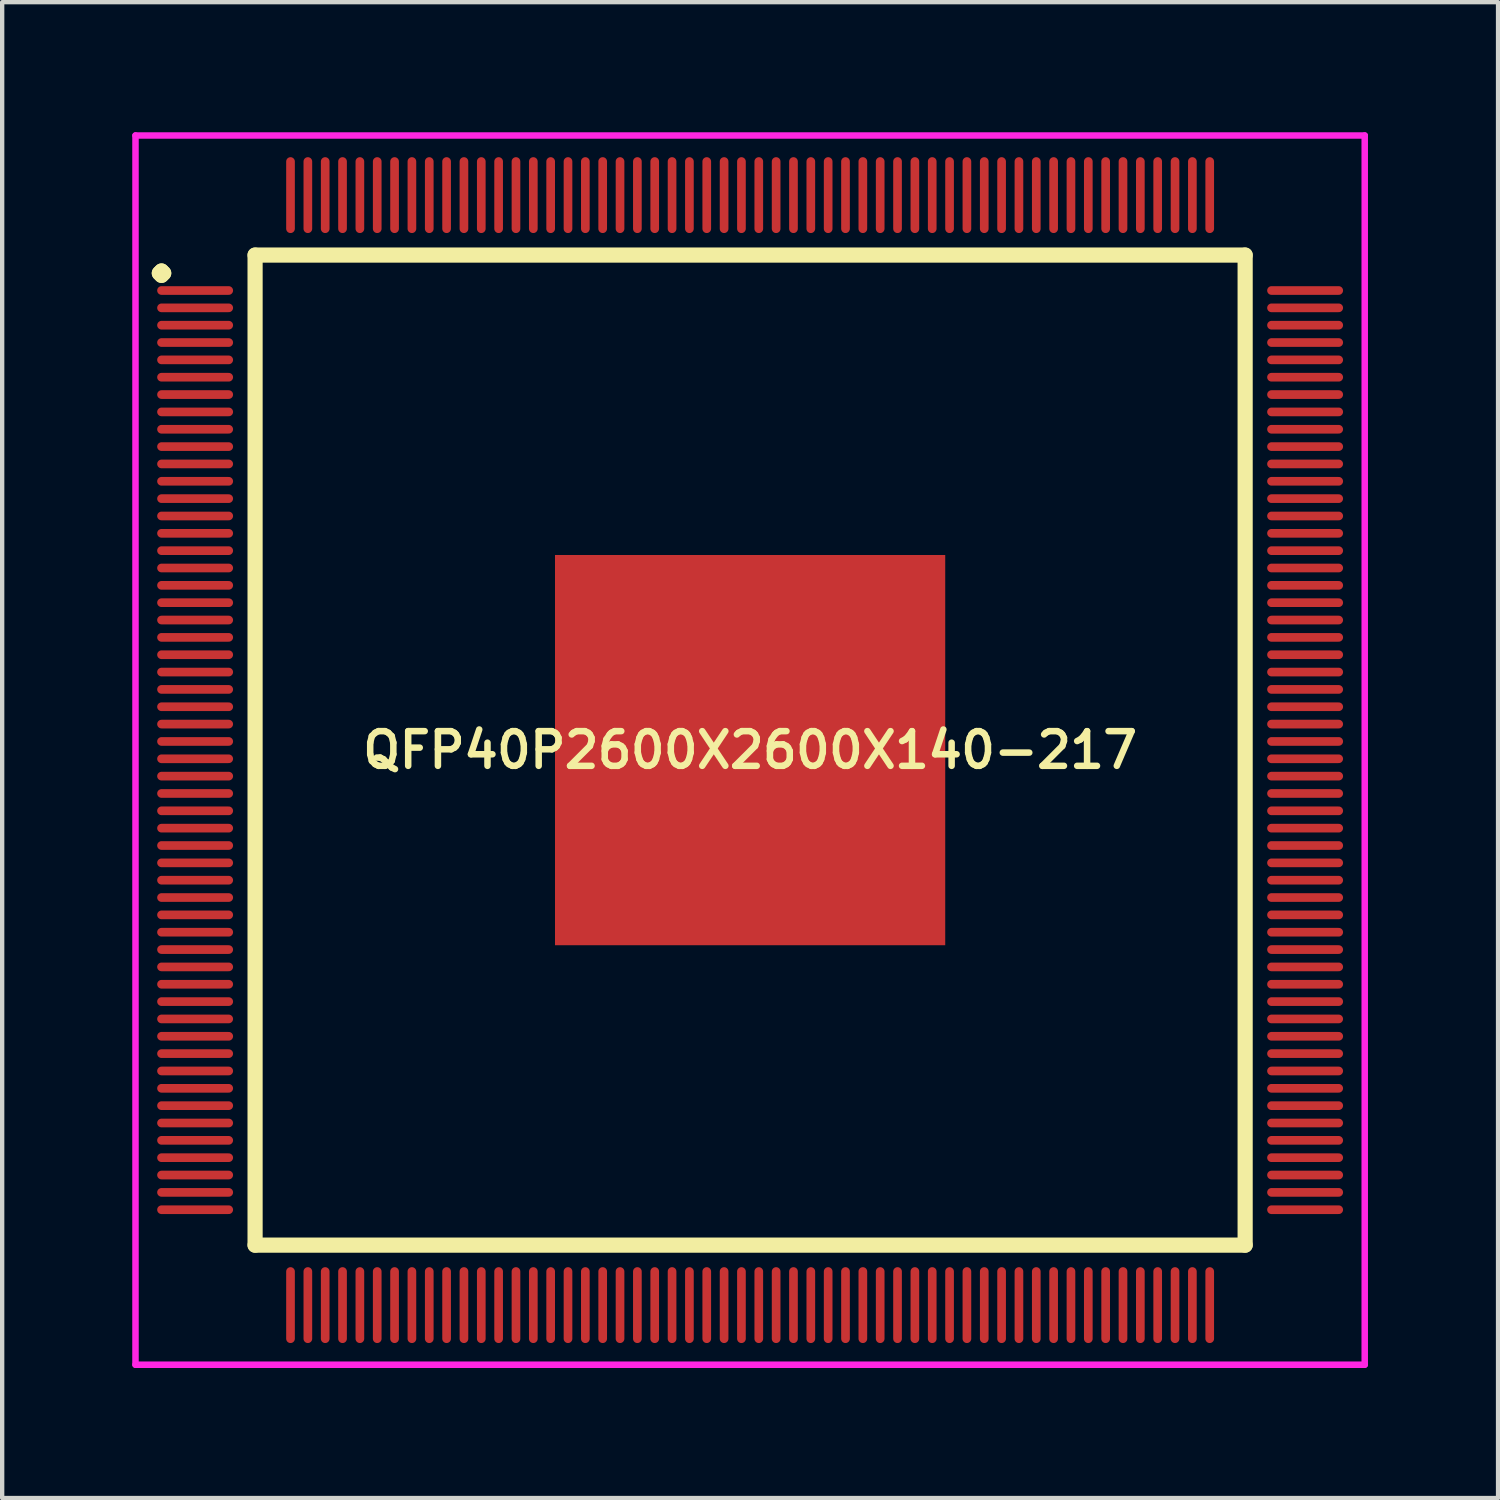
<source format=kicad_pcb>
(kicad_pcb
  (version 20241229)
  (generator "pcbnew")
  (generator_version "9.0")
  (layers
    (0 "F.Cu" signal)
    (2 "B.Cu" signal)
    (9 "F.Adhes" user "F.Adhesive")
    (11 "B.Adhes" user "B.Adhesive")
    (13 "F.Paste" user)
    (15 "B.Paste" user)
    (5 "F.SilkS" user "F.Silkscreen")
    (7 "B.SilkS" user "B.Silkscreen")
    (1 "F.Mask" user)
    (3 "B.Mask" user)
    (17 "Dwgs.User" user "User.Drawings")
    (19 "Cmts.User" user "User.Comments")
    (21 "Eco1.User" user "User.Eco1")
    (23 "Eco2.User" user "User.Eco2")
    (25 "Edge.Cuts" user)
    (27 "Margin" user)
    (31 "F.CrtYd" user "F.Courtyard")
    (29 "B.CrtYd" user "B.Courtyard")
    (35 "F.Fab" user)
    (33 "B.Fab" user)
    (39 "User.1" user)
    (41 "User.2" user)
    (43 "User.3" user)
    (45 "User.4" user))
  (footprint "QFP40P2600X2600X140-217"
    (layer "F.Cu")
    (at 14.25 14.25)
    (property "Reference" "QFP40P2600X2600X140-217" (at 0 0 0) (layer "F.SilkS") (effects (font (size 0.8 0.8) (thickness 0.15))))
    (attr through_hole)
    (fp_line (start -13.625 -11) (end -13.575 -11.05) (stroke (width 0.35) (type solid)) (layer "F.SilkS"))
    (fp_line (start -13.575 -11.05) (end -13.525 -11) (stroke (width 0.35) (type solid)) (layer "F.SilkS"))
    (fp_line (start -13.575 -10.95) (end -13.625 -11) (stroke (width 0.35) (type solid)) (layer "F.SilkS"))
    (fp_line (start -13.525 -11) (end -13.575 -10.95) (stroke (width 0.35) (type solid)) (layer "F.SilkS"))
    (fp_line (start -11.417 -11.417) (end -11.417 11.417) (stroke (width 0.35) (type solid)) (layer "F.SilkS"))
    (fp_line (start -11.417 11.417) (end 11.417 11.417) (stroke (width 0.35) (type solid)) (layer "F.SilkS"))
    (fp_line (start 11.417 -11.417) (end -11.417 -11.417) (stroke (width 0.35) (type solid)) (layer "F.SilkS"))
    (fp_line (start 11.417 11.417) (end 11.417 -11.417) (stroke (width 0.35) (type solid)) (layer "F.SilkS"))
    (fp_line (start -14.175 -14.175) (end 14.175 -14.175) (stroke (width 0.15) (type solid)) (layer "F.CrtYd"))
    (fp_line (start -14.175 14.175) (end -14.175 -14.175) (stroke (width 0.15) (type solid)) (layer "F.CrtYd"))
    (fp_line (start 14.175 -14.175) (end 14.175 14.175) (stroke (width 0.15) (type solid)) (layer "F.CrtYd"))
    (fp_line (start 14.175 14.175) (end -14.175 14.175) (stroke (width 0.15) (type solid)) (layer "F.CrtYd"))
    (pad "1" smd oval (at -12.8 -10.6) (size 1.75 0.2) (layers "F.Cu" "F.Mask" "F.Paste"))
    (pad "2" smd oval (at -12.8 -10.2) (size 1.75 0.2) (layers "F.Cu" "F.Mask" "F.Paste"))
    (pad "3" smd oval (at -12.8 -9.8) (size 1.75 0.2) (layers "F.Cu" "F.Mask" "F.Paste"))
    (pad "4" smd oval (at -12.8 -9.4) (size 1.75 0.2) (layers "F.Cu" "F.Mask" "F.Paste"))
    (pad "5" smd oval (at -12.8 -9) (size 1.75 0.2) (layers "F.Cu" "F.Mask" "F.Paste"))
    (pad "6" smd oval (at -12.8 -8.6) (size 1.75 0.2) (layers "F.Cu" "F.Mask" "F.Paste"))
    (pad "7" smd oval (at -12.8 -8.2) (size 1.75 0.2) (layers "F.Cu" "F.Mask" "F.Paste"))
    (pad "8" smd oval (at -12.8 -7.8) (size 1.75 0.2) (layers "F.Cu" "F.Mask" "F.Paste"))
    (pad "9" smd oval (at -12.8 -7.4) (size 1.75 0.2) (layers "F.Cu" "F.Mask" "F.Paste"))
    (pad "10" smd oval (at -12.8 -7) (size 1.75 0.2) (layers "F.Cu" "F.Mask" "F.Paste"))
    (pad "11" smd oval (at -12.8 -6.6) (size 1.75 0.2) (layers "F.Cu" "F.Mask" "F.Paste"))
    (pad "12" smd oval (at -12.8 -6.2) (size 1.75 0.2) (layers "F.Cu" "F.Mask" "F.Paste"))
    (pad "13" smd oval (at -12.8 -5.8) (size 1.75 0.2) (layers "F.Cu" "F.Mask" "F.Paste"))
    (pad "14" smd oval (at -12.8 -5.4) (size 1.75 0.2) (layers "F.Cu" "F.Mask" "F.Paste"))
    (pad "15" smd oval (at -12.8 -5) (size 1.75 0.2) (layers "F.Cu" "F.Mask" "F.Paste"))
    (pad "16" smd oval (at -12.8 -4.6) (size 1.75 0.2) (layers "F.Cu" "F.Mask" "F.Paste"))
    (pad "17" smd oval (at -12.8 -4.2) (size 1.75 0.2) (layers "F.Cu" "F.Mask" "F.Paste"))
    (pad "18" smd oval (at -12.8 -3.8) (size 1.75 0.2) (layers "F.Cu" "F.Mask" "F.Paste"))
    (pad "19" smd oval (at -12.8 -3.4) (size 1.75 0.2) (layers "F.Cu" "F.Mask" "F.Paste"))
    (pad "20" smd oval (at -12.8 -3) (size 1.75 0.2) (layers "F.Cu" "F.Mask" "F.Paste"))
    (pad "21" smd oval (at -12.8 -2.6) (size 1.75 0.2) (layers "F.Cu" "F.Mask" "F.Paste"))
    (pad "22" smd oval (at -12.8 -2.2) (size 1.75 0.2) (layers "F.Cu" "F.Mask" "F.Paste"))
    (pad "23" smd oval (at -12.8 -1.8) (size 1.75 0.2) (layers "F.Cu" "F.Mask" "F.Paste"))
    (pad "24" smd oval (at -12.8 -1.4) (size 1.75 0.2) (layers "F.Cu" "F.Mask" "F.Paste"))
    (pad "25" smd oval (at -12.8 -1) (size 1.75 0.2) (layers "F.Cu" "F.Mask" "F.Paste"))
    (pad "26" smd oval (at -12.8 -0.6) (size 1.75 0.2) (layers "F.Cu" "F.Mask" "F.Paste"))
    (pad "27" smd oval (at -12.8 -0.2) (size 1.75 0.2) (layers "F.Cu" "F.Mask" "F.Paste"))
    (pad "28" smd oval (at -12.8 0.2) (size 1.75 0.2) (layers "F.Cu" "F.Mask" "F.Paste"))
    (pad "29" smd oval (at -12.8 0.6) (size 1.75 0.2) (layers "F.Cu" "F.Mask" "F.Paste"))
    (pad "30" smd oval (at -12.8 1) (size 1.75 0.2) (layers "F.Cu" "F.Mask" "F.Paste"))
    (pad "31" smd oval (at -12.8 1.4) (size 1.75 0.2) (layers "F.Cu" "F.Mask" "F.Paste"))
    (pad "32" smd oval (at -12.8 1.8) (size 1.75 0.2) (layers "F.Cu" "F.Mask" "F.Paste"))
    (pad "33" smd oval (at -12.8 2.2) (size 1.75 0.2) (layers "F.Cu" "F.Mask" "F.Paste"))
    (pad "34" smd oval (at -12.8 2.6) (size 1.75 0.2) (layers "F.Cu" "F.Mask" "F.Paste"))
    (pad "35" smd oval (at -12.8 3) (size 1.75 0.2) (layers "F.Cu" "F.Mask" "F.Paste"))
    (pad "36" smd oval (at -12.8 3.4) (size 1.75 0.2) (layers "F.Cu" "F.Mask" "F.Paste"))
    (pad "37" smd oval (at -12.8 3.8) (size 1.75 0.2) (layers "F.Cu" "F.Mask" "F.Paste"))
    (pad "38" smd oval (at -12.8 4.2) (size 1.75 0.2) (layers "F.Cu" "F.Mask" "F.Paste"))
    (pad "39" smd oval (at -12.8 4.6) (size 1.75 0.2) (layers "F.Cu" "F.Mask" "F.Paste"))
    (pad "40" smd oval (at -12.8 5) (size 1.75 0.2) (layers "F.Cu" "F.Mask" "F.Paste"))
    (pad "41" smd oval (at -12.8 5.4) (size 1.75 0.2) (layers "F.Cu" "F.Mask" "F.Paste"))
    (pad "42" smd oval (at -12.8 5.8) (size 1.75 0.2) (layers "F.Cu" "F.Mask" "F.Paste"))
    (pad "43" smd oval (at -12.8 6.2) (size 1.75 0.2) (layers "F.Cu" "F.Mask" "F.Paste"))
    (pad "44" smd oval (at -12.8 6.6) (size 1.75 0.2) (layers "F.Cu" "F.Mask" "F.Paste"))
    (pad "45" smd oval (at -12.8 7) (size 1.75 0.2) (layers "F.Cu" "F.Mask" "F.Paste"))
    (pad "46" smd oval (at -12.8 7.4) (size 1.75 0.2) (layers "F.Cu" "F.Mask" "F.Paste"))
    (pad "47" smd oval (at -12.8 7.8) (size 1.75 0.2) (layers "F.Cu" "F.Mask" "F.Paste"))
    (pad "48" smd oval (at -12.8 8.2) (size 1.75 0.2) (layers "F.Cu" "F.Mask" "F.Paste"))
    (pad "49" smd oval (at -12.8 8.6) (size 1.75 0.2) (layers "F.Cu" "F.Mask" "F.Paste"))
    (pad "50" smd oval (at -12.8 9) (size 1.75 0.2) (layers "F.Cu" "F.Mask" "F.Paste"))
    (pad "51" smd oval (at -12.8 9.4) (size 1.75 0.2) (layers "F.Cu" "F.Mask" "F.Paste"))
    (pad "52" smd oval (at -12.8 9.8) (size 1.75 0.2) (layers "F.Cu" "F.Mask" "F.Paste"))
    (pad "53" smd oval (at -12.8 10.2) (size 1.75 0.2) (layers "F.Cu" "F.Mask" "F.Paste"))
    (pad "54" smd oval (at -12.8 10.6) (size 1.75 0.2) (layers "F.Cu" "F.Mask" "F.Paste"))
    (pad "55" smd oval (at -10.6 12.8) (size 0.2 1.75) (layers "F.Cu" "F.Mask" "F.Paste"))
    (pad "56" smd oval (at -10.2 12.8) (size 0.2 1.75) (layers "F.Cu" "F.Mask" "F.Paste"))
    (pad "57" smd oval (at -9.8 12.8) (size 0.2 1.75) (layers "F.Cu" "F.Mask" "F.Paste"))
    (pad "58" smd oval (at -9.4 12.8) (size 0.2 1.75) (layers "F.Cu" "F.Mask" "F.Paste"))
    (pad "59" smd oval (at -9 12.8) (size 0.2 1.75) (layers "F.Cu" "F.Mask" "F.Paste"))
    (pad "60" smd oval (at -8.6 12.8) (size 0.2 1.75) (layers "F.Cu" "F.Mask" "F.Paste"))
    (pad "61" smd oval (at -8.2 12.8) (size 0.2 1.75) (layers "F.Cu" "F.Mask" "F.Paste"))
    (pad "62" smd oval (at -7.8 12.8) (size 0.2 1.75) (layers "F.Cu" "F.Mask" "F.Paste"))
    (pad "63" smd oval (at -7.4 12.8) (size 0.2 1.75) (layers "F.Cu" "F.Mask" "F.Paste"))
    (pad "64" smd oval (at -7 12.8) (size 0.2 1.75) (layers "F.Cu" "F.Mask" "F.Paste"))
    (pad "65" smd oval (at -6.6 12.8) (size 0.2 1.75) (layers "F.Cu" "F.Mask" "F.Paste"))
    (pad "66" smd oval (at -6.2 12.8) (size 0.2 1.75) (layers "F.Cu" "F.Mask" "F.Paste"))
    (pad "67" smd oval (at -5.8 12.8) (size 0.2 1.75) (layers "F.Cu" "F.Mask" "F.Paste"))
    (pad "68" smd oval (at -5.4 12.8) (size 0.2 1.75) (layers "F.Cu" "F.Mask" "F.Paste"))
    (pad "69" smd oval (at -5 12.8) (size 0.2 1.75) (layers "F.Cu" "F.Mask" "F.Paste"))
    (pad "70" smd oval (at -4.6 12.8) (size 0.2 1.75) (layers "F.Cu" "F.Mask" "F.Paste"))
    (pad "71" smd oval (at -4.2 12.8) (size 0.2 1.75) (layers "F.Cu" "F.Mask" "F.Paste"))
    (pad "72" smd oval (at -3.8 12.8) (size 0.2 1.75) (layers "F.Cu" "F.Mask" "F.Paste"))
    (pad "73" smd oval (at -3.4 12.8) (size 0.2 1.75) (layers "F.Cu" "F.Mask" "F.Paste"))
    (pad "74" smd oval (at -3 12.8) (size 0.2 1.75) (layers "F.Cu" "F.Mask" "F.Paste"))
    (pad "75" smd oval (at -2.6 12.8) (size 0.2 1.75) (layers "F.Cu" "F.Mask" "F.Paste"))
    (pad "76" smd oval (at -2.2 12.8) (size 0.2 1.75) (layers "F.Cu" "F.Mask" "F.Paste"))
    (pad "77" smd oval (at -1.8 12.8) (size 0.2 1.75) (layers "F.Cu" "F.Mask" "F.Paste"))
    (pad "78" smd oval (at -1.4 12.8) (size 0.2 1.75) (layers "F.Cu" "F.Mask" "F.Paste"))
    (pad "79" smd oval (at -1 12.8) (size 0.2 1.75) (layers "F.Cu" "F.Mask" "F.Paste"))
    (pad "80" smd oval (at -0.6 12.8) (size 0.2 1.75) (layers "F.Cu" "F.Mask" "F.Paste"))
    (pad "81" smd oval (at -0.2 12.8) (size 0.2 1.75) (layers "F.Cu" "F.Mask" "F.Paste"))
    (pad "82" smd oval (at 0.2 12.8) (size 0.2 1.75) (layers "F.Cu" "F.Mask" "F.Paste"))
    (pad "83" smd oval (at 0.6 12.8) (size 0.2 1.75) (layers "F.Cu" "F.Mask" "F.Paste"))
    (pad "84" smd oval (at 1 12.8) (size 0.2 1.75) (layers "F.Cu" "F.Mask" "F.Paste"))
    (pad "85" smd oval (at 1.4 12.8) (size 0.2 1.75) (layers "F.Cu" "F.Mask" "F.Paste"))
    (pad "86" smd oval (at 1.8 12.8) (size 0.2 1.75) (layers "F.Cu" "F.Mask" "F.Paste"))
    (pad "87" smd oval (at 2.2 12.8) (size 0.2 1.75) (layers "F.Cu" "F.Mask" "F.Paste"))
    (pad "88" smd oval (at 2.6 12.8) (size 0.2 1.75) (layers "F.Cu" "F.Mask" "F.Paste"))
    (pad "89" smd oval (at 3 12.8) (size 0.2 1.75) (layers "F.Cu" "F.Mask" "F.Paste"))
    (pad "90" smd oval (at 3.4 12.8) (size 0.2 1.75) (layers "F.Cu" "F.Mask" "F.Paste"))
    (pad "91" smd oval (at 3.8 12.8) (size 0.2 1.75) (layers "F.Cu" "F.Mask" "F.Paste"))
    (pad "92" smd oval (at 4.2 12.8) (size 0.2 1.75) (layers "F.Cu" "F.Mask" "F.Paste"))
    (pad "93" smd oval (at 4.6 12.8) (size 0.2 1.75) (layers "F.Cu" "F.Mask" "F.Paste"))
    (pad "94" smd oval (at 5 12.8) (size 0.2 1.75) (layers "F.Cu" "F.Mask" "F.Paste"))
    (pad "95" smd oval (at 5.4 12.8) (size 0.2 1.75) (layers "F.Cu" "F.Mask" "F.Paste"))
    (pad "96" smd oval (at 5.8 12.8) (size 0.2 1.75) (layers "F.Cu" "F.Mask" "F.Paste"))
    (pad "97" smd oval (at 6.2 12.8) (size 0.2 1.75) (layers "F.Cu" "F.Mask" "F.Paste"))
    (pad "98" smd oval (at 6.6 12.8) (size 0.2 1.75) (layers "F.Cu" "F.Mask" "F.Paste"))
    (pad "99" smd oval (at 7 12.8) (size 0.2 1.75) (layers "F.Cu" "F.Mask" "F.Paste"))
    (pad "100" smd oval (at 7.4 12.8) (size 0.2 1.75) (layers "F.Cu" "F.Mask" "F.Paste"))
    (pad "101" smd oval (at 7.8 12.8) (size 0.2 1.75) (layers "F.Cu" "F.Mask" "F.Paste"))
    (pad "102" smd oval (at 8.2 12.8) (size 0.2 1.75) (layers "F.Cu" "F.Mask" "F.Paste"))
    (pad "103" smd oval (at 8.6 12.8) (size 0.2 1.75) (layers "F.Cu" "F.Mask" "F.Paste"))
    (pad "104" smd oval (at 9 12.8) (size 0.2 1.75) (layers "F.Cu" "F.Mask" "F.Paste"))
    (pad "105" smd oval (at 9.4 12.8) (size 0.2 1.75) (layers "F.Cu" "F.Mask" "F.Paste"))
    (pad "106" smd oval (at 9.8 12.8) (size 0.2 1.75) (layers "F.Cu" "F.Mask" "F.Paste"))
    (pad "107" smd oval (at 10.2 12.8) (size 0.2 1.75) (layers "F.Cu" "F.Mask" "F.Paste"))
    (pad "108" smd oval (at 10.6 12.8) (size 0.2 1.75) (layers "F.Cu" "F.Mask" "F.Paste"))
    (pad "109" smd oval (at 12.8 10.6) (size 1.75 0.2) (layers "F.Cu" "F.Mask" "F.Paste"))
    (pad "110" smd oval (at 12.8 10.2) (size 1.75 0.2) (layers "F.Cu" "F.Mask" "F.Paste"))
    (pad "111" smd oval (at 12.8 9.8) (size 1.75 0.2) (layers "F.Cu" "F.Mask" "F.Paste"))
    (pad "112" smd oval (at 12.8 9.4) (size 1.75 0.2) (layers "F.Cu" "F.Mask" "F.Paste"))
    (pad "113" smd oval (at 12.8 9) (size 1.75 0.2) (layers "F.Cu" "F.Mask" "F.Paste"))
    (pad "114" smd oval (at 12.8 8.6) (size 1.75 0.2) (layers "F.Cu" "F.Mask" "F.Paste"))
    (pad "115" smd oval (at 12.8 8.2) (size 1.75 0.2) (layers "F.Cu" "F.Mask" "F.Paste"))
    (pad "116" smd oval (at 12.8 7.8) (size 1.75 0.2) (layers "F.Cu" "F.Mask" "F.Paste"))
    (pad "117" smd oval (at 12.8 7.4) (size 1.75 0.2) (layers "F.Cu" "F.Mask" "F.Paste"))
    (pad "118" smd oval (at 12.8 7) (size 1.75 0.2) (layers "F.Cu" "F.Mask" "F.Paste"))
    (pad "119" smd oval (at 12.8 6.6) (size 1.75 0.2) (layers "F.Cu" "F.Mask" "F.Paste"))
    (pad "120" smd oval (at 12.8 6.2) (size 1.75 0.2) (layers "F.Cu" "F.Mask" "F.Paste"))
    (pad "121" smd oval (at 12.8 5.8) (size 1.75 0.2) (layers "F.Cu" "F.Mask" "F.Paste"))
    (pad "122" smd oval (at 12.8 5.4) (size 1.75 0.2) (layers "F.Cu" "F.Mask" "F.Paste"))
    (pad "123" smd oval (at 12.8 5) (size 1.75 0.2) (layers "F.Cu" "F.Mask" "F.Paste"))
    (pad "124" smd oval (at 12.8 4.6) (size 1.75 0.2) (layers "F.Cu" "F.Mask" "F.Paste"))
    (pad "125" smd oval (at 12.8 4.2) (size 1.75 0.2) (layers "F.Cu" "F.Mask" "F.Paste"))
    (pad "126" smd oval (at 12.8 3.8) (size 1.75 0.2) (layers "F.Cu" "F.Mask" "F.Paste"))
    (pad "127" smd oval (at 12.8 3.4) (size 1.75 0.2) (layers "F.Cu" "F.Mask" "F.Paste"))
    (pad "128" smd oval (at 12.8 3) (size 1.75 0.2) (layers "F.Cu" "F.Mask" "F.Paste"))
    (pad "129" smd oval (at 12.8 2.6) (size 1.75 0.2) (layers "F.Cu" "F.Mask" "F.Paste"))
    (pad "130" smd oval (at 12.8 2.2) (size 1.75 0.2) (layers "F.Cu" "F.Mask" "F.Paste"))
    (pad "131" smd oval (at 12.8 1.8) (size 1.75 0.2) (layers "F.Cu" "F.Mask" "F.Paste"))
    (pad "132" smd oval (at 12.8 1.4) (size 1.75 0.2) (layers "F.Cu" "F.Mask" "F.Paste"))
    (pad "133" smd oval (at 12.8 1) (size 1.75 0.2) (layers "F.Cu" "F.Mask" "F.Paste"))
    (pad "134" smd oval (at 12.8 0.6) (size 1.75 0.2) (layers "F.Cu" "F.Mask" "F.Paste"))
    (pad "135" smd oval (at 12.8 0.2) (size 1.75 0.2) (layers "F.Cu" "F.Mask" "F.Paste"))
    (pad "136" smd oval (at 12.8 -0.2) (size 1.75 0.2) (layers "F.Cu" "F.Mask" "F.Paste"))
    (pad "137" smd oval (at 12.8 -0.6) (size 1.75 0.2) (layers "F.Cu" "F.Mask" "F.Paste"))
    (pad "138" smd oval (at 12.8 -1) (size 1.75 0.2) (layers "F.Cu" "F.Mask" "F.Paste"))
    (pad "139" smd oval (at 12.8 -1.4) (size 1.75 0.2) (layers "F.Cu" "F.Mask" "F.Paste"))
    (pad "140" smd oval (at 12.8 -1.8) (size 1.75 0.2) (layers "F.Cu" "F.Mask" "F.Paste"))
    (pad "141" smd oval (at 12.8 -2.2) (size 1.75 0.2) (layers "F.Cu" "F.Mask" "F.Paste"))
    (pad "142" smd oval (at 12.8 -2.6) (size 1.75 0.2) (layers "F.Cu" "F.Mask" "F.Paste"))
    (pad "143" smd oval (at 12.8 -3) (size 1.75 0.2) (layers "F.Cu" "F.Mask" "F.Paste"))
    (pad "144" smd oval (at 12.8 -3.4) (size 1.75 0.2) (layers "F.Cu" "F.Mask" "F.Paste"))
    (pad "145" smd oval (at 12.8 -3.8) (size 1.75 0.2) (layers "F.Cu" "F.Mask" "F.Paste"))
    (pad "146" smd oval (at 12.8 -4.2) (size 1.75 0.2) (layers "F.Cu" "F.Mask" "F.Paste"))
    (pad "147" smd oval (at 12.8 -4.6) (size 1.75 0.2) (layers "F.Cu" "F.Mask" "F.Paste"))
    (pad "148" smd oval (at 12.8 -5) (size 1.75 0.2) (layers "F.Cu" "F.Mask" "F.Paste"))
    (pad "149" smd oval (at 12.8 -5.4) (size 1.75 0.2) (layers "F.Cu" "F.Mask" "F.Paste"))
    (pad "150" smd oval (at 12.8 -5.8) (size 1.75 0.2) (layers "F.Cu" "F.Mask" "F.Paste"))
    (pad "151" smd oval (at 12.8 -6.2) (size 1.75 0.2) (layers "F.Cu" "F.Mask" "F.Paste"))
    (pad "152" smd oval (at 12.8 -6.6) (size 1.75 0.2) (layers "F.Cu" "F.Mask" "F.Paste"))
    (pad "153" smd oval (at 12.8 -7) (size 1.75 0.2) (layers "F.Cu" "F.Mask" "F.Paste"))
    (pad "154" smd oval (at 12.8 -7.4) (size 1.75 0.2) (layers "F.Cu" "F.Mask" "F.Paste"))
    (pad "155" smd oval (at 12.8 -7.8) (size 1.75 0.2) (layers "F.Cu" "F.Mask" "F.Paste"))
    (pad "156" smd oval (at 12.8 -8.2) (size 1.75 0.2) (layers "F.Cu" "F.Mask" "F.Paste"))
    (pad "157" smd oval (at 12.8 -8.6) (size 1.75 0.2) (layers "F.Cu" "F.Mask" "F.Paste"))
    (pad "158" smd oval (at 12.8 -9) (size 1.75 0.2) (layers "F.Cu" "F.Mask" "F.Paste"))
    (pad "159" smd oval (at 12.8 -9.4) (size 1.75 0.2) (layers "F.Cu" "F.Mask" "F.Paste"))
    (pad "160" smd oval (at 12.8 -9.8) (size 1.75 0.2) (layers "F.Cu" "F.Mask" "F.Paste"))
    (pad "161" smd oval (at 12.8 -10.2) (size 1.75 0.2) (layers "F.Cu" "F.Mask" "F.Paste"))
    (pad "162" smd oval (at 12.8 -10.6) (size 1.75 0.2) (layers "F.Cu" "F.Mask" "F.Paste"))
    (pad "163" smd oval (at 10.6 -12.8) (size 0.2 1.75) (layers "F.Cu" "F.Mask" "F.Paste"))
    (pad "164" smd oval (at 10.2 -12.8) (size 0.2 1.75) (layers "F.Cu" "F.Mask" "F.Paste"))
    (pad "165" smd oval (at 9.8 -12.8) (size 0.2 1.75) (layers "F.Cu" "F.Mask" "F.Paste"))
    (pad "166" smd oval (at 9.4 -12.8) (size 0.2 1.75) (layers "F.Cu" "F.Mask" "F.Paste"))
    (pad "167" smd oval (at 9 -12.8) (size 0.2 1.75) (layers "F.Cu" "F.Mask" "F.Paste"))
    (pad "168" smd oval (at 8.6 -12.8) (size 0.2 1.75) (layers "F.Cu" "F.Mask" "F.Paste"))
    (pad "169" smd oval (at 8.2 -12.8) (size 0.2 1.75) (layers "F.Cu" "F.Mask" "F.Paste"))
    (pad "170" smd oval (at 7.8 -12.8) (size 0.2 1.75) (layers "F.Cu" "F.Mask" "F.Paste"))
    (pad "171" smd oval (at 7.4 -12.8) (size 0.2 1.75) (layers "F.Cu" "F.Mask" "F.Paste"))
    (pad "172" smd oval (at 7 -12.8) (size 0.2 1.75) (layers "F.Cu" "F.Mask" "F.Paste"))
    (pad "173" smd oval (at 6.6 -12.8) (size 0.2 1.75) (layers "F.Cu" "F.Mask" "F.Paste"))
    (pad "174" smd oval (at 6.2 -12.8) (size 0.2 1.75) (layers "F.Cu" "F.Mask" "F.Paste"))
    (pad "175" smd oval (at 5.8 -12.8) (size 0.2 1.75) (layers "F.Cu" "F.Mask" "F.Paste"))
    (pad "176" smd oval (at 5.4 -12.8) (size 0.2 1.75) (layers "F.Cu" "F.Mask" "F.Paste"))
    (pad "177" smd oval (at 5 -12.8) (size 0.2 1.75) (layers "F.Cu" "F.Mask" "F.Paste"))
    (pad "178" smd oval (at 4.6 -12.8) (size 0.2 1.75) (layers "F.Cu" "F.Mask" "F.Paste"))
    (pad "179" smd oval (at 4.2 -12.8) (size 0.2 1.75) (layers "F.Cu" "F.Mask" "F.Paste"))
    (pad "180" smd oval (at 3.8 -12.8) (size 0.2 1.75) (layers "F.Cu" "F.Mask" "F.Paste"))
    (pad "181" smd oval (at 3.4 -12.8) (size 0.2 1.75) (layers "F.Cu" "F.Mask" "F.Paste"))
    (pad "182" smd oval (at 3 -12.8) (size 0.2 1.75) (layers "F.Cu" "F.Mask" "F.Paste"))
    (pad "183" smd oval (at 2.6 -12.8) (size 0.2 1.75) (layers "F.Cu" "F.Mask" "F.Paste"))
    (pad "184" smd oval (at 2.2 -12.8) (size 0.2 1.75) (layers "F.Cu" "F.Mask" "F.Paste"))
    (pad "185" smd oval (at 1.8 -12.8) (size 0.2 1.75) (layers "F.Cu" "F.Mask" "F.Paste"))
    (pad "186" smd oval (at 1.4 -12.8) (size 0.2 1.75) (layers "F.Cu" "F.Mask" "F.Paste"))
    (pad "187" smd oval (at 1 -12.8) (size 0.2 1.75) (layers "F.Cu" "F.Mask" "F.Paste"))
    (pad "188" smd oval (at 0.6 -12.8) (size 0.2 1.75) (layers "F.Cu" "F.Mask" "F.Paste"))
    (pad "189" smd oval (at 0.2 -12.8) (size 0.2 1.75) (layers "F.Cu" "F.Mask" "F.Paste"))
    (pad "190" smd oval (at -0.2 -12.8) (size 0.2 1.75) (layers "F.Cu" "F.Mask" "F.Paste"))
    (pad "191" smd oval (at -0.6 -12.8) (size 0.2 1.75) (layers "F.Cu" "F.Mask" "F.Paste"))
    (pad "192" smd oval (at -1 -12.8) (size 0.2 1.75) (layers "F.Cu" "F.Mask" "F.Paste"))
    (pad "193" smd oval (at -1.4 -12.8) (size 0.2 1.75) (layers "F.Cu" "F.Mask" "F.Paste"))
    (pad "194" smd oval (at -1.8 -12.8) (size 0.2 1.75) (layers "F.Cu" "F.Mask" "F.Paste"))
    (pad "195" smd oval (at -2.2 -12.8) (size 0.2 1.75) (layers "F.Cu" "F.Mask" "F.Paste"))
    (pad "196" smd oval (at -2.6 -12.8) (size 0.2 1.75) (layers "F.Cu" "F.Mask" "F.Paste"))
    (pad "197" smd oval (at -3 -12.8) (size 0.2 1.75) (layers "F.Cu" "F.Mask" "F.Paste"))
    (pad "198" smd oval (at -3.4 -12.8) (size 0.2 1.75) (layers "F.Cu" "F.Mask" "F.Paste"))
    (pad "199" smd oval (at -3.8 -12.8) (size 0.2 1.75) (layers "F.Cu" "F.Mask" "F.Paste"))
    (pad "200" smd oval (at -4.2 -12.8) (size 0.2 1.75) (layers "F.Cu" "F.Mask" "F.Paste"))
    (pad "201" smd oval (at -4.6 -12.8) (size 0.2 1.75) (layers "F.Cu" "F.Mask" "F.Paste"))
    (pad "202" smd oval (at -5 -12.8) (size 0.2 1.75) (layers "F.Cu" "F.Mask" "F.Paste"))
    (pad "203" smd oval (at -5.4 -12.8) (size 0.2 1.75) (layers "F.Cu" "F.Mask" "F.Paste"))
    (pad "204" smd oval (at -5.8 -12.8) (size 0.2 1.75) (layers "F.Cu" "F.Mask" "F.Paste"))
    (pad "205" smd oval (at -6.2 -12.8) (size 0.2 1.75) (layers "F.Cu" "F.Mask" "F.Paste"))
    (pad "206" smd oval (at -6.6 -12.8) (size 0.2 1.75) (layers "F.Cu" "F.Mask" "F.Paste"))
    (pad "207" smd oval (at -7 -12.8) (size 0.2 1.75) (layers "F.Cu" "F.Mask" "F.Paste"))
    (pad "208" smd oval (at -7.4 -12.8) (size 0.2 1.75) (layers "F.Cu" "F.Mask" "F.Paste"))
    (pad "209" smd oval (at -7.8 -12.8) (size 0.2 1.75) (layers "F.Cu" "F.Mask" "F.Paste"))
    (pad "210" smd oval (at -8.2 -12.8) (size 0.2 1.75) (layers "F.Cu" "F.Mask" "F.Paste"))
    (pad "211" smd oval (at -8.6 -12.8) (size 0.2 1.75) (layers "F.Cu" "F.Mask" "F.Paste"))
    (pad "212" smd oval (at -9 -12.8) (size 0.2 1.75) (layers "F.Cu" "F.Mask" "F.Paste"))
    (pad "213" smd oval (at -9.4 -12.8) (size 0.2 1.75) (layers "F.Cu" "F.Mask" "F.Paste"))
    (pad "214" smd oval (at -9.8 -12.8) (size 0.2 1.75) (layers "F.Cu" "F.Mask" "F.Paste"))
    (pad "215" smd oval (at -10.2 -12.8) (size 0.2 1.75) (layers "F.Cu" "F.Mask" "F.Paste"))
    (pad "216" smd oval (at -10.6 -12.8) (size 0.2 1.75) (layers "F.Cu" "F.Mask" "F.Paste"))
    (pad "217" smd rect (at 0 0) (size 9 9) (layers "F.Cu" "F.Mask" "F.Paste")))
  (gr_rect
    (start -3 -3)
    (end 31.5 31.5)
    (stroke (width 0.1) (type default))
    (fill no)
    (layer "Edge.Cuts")))
</source>
